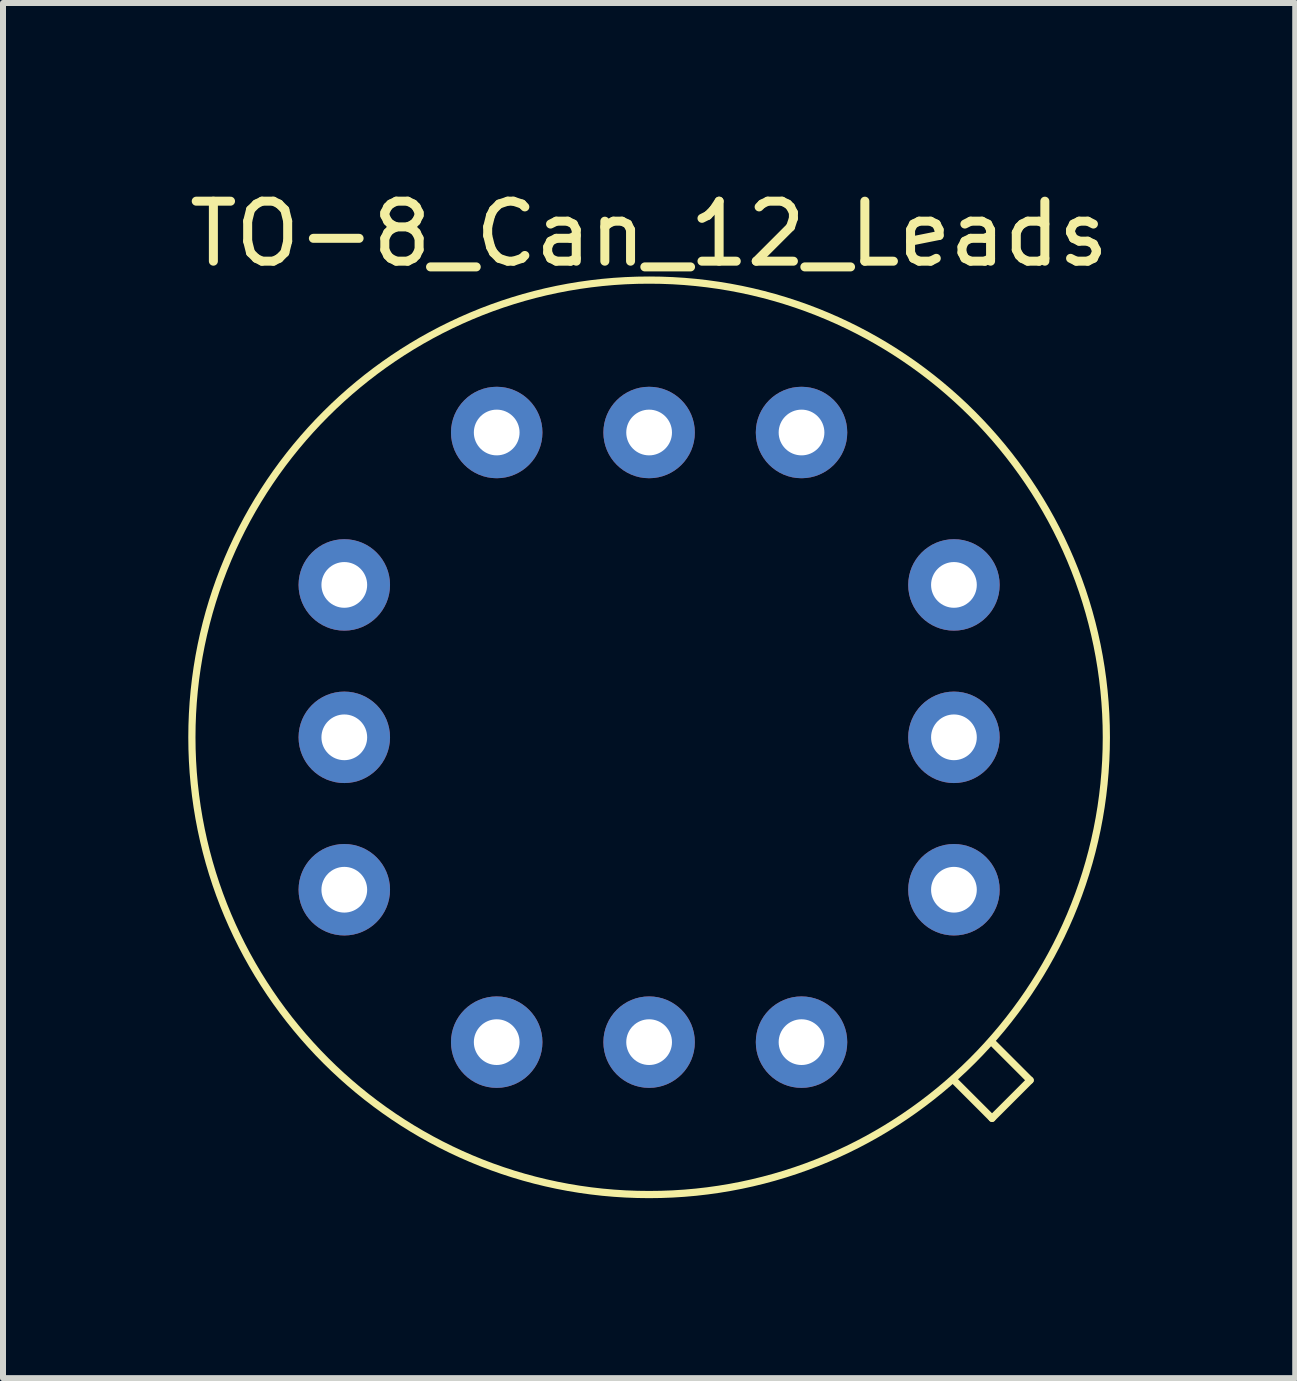
<source format=kicad_pcb>
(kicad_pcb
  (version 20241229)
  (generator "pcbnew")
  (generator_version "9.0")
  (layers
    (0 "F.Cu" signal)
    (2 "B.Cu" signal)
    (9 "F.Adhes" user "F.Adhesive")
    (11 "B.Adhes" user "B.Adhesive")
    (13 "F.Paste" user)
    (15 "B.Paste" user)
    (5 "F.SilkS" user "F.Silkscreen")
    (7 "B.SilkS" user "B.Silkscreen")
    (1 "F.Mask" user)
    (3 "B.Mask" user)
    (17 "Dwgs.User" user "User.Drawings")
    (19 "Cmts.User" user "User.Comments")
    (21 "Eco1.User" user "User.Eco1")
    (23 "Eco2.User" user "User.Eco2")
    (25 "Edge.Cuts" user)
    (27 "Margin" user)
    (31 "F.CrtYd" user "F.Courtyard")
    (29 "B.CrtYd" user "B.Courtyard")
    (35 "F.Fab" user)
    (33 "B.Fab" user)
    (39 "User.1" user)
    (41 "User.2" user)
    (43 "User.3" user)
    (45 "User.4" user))
  (footprint "TO-8_Can_12_Leads"
    (layer "F.Cu")
    (at 7.768 1.618)
    (property "Reference" "TO-8_Can_12_Leads" (at 0 -0.77 0) (layer "F.SilkS") (effects (font (size 1 1) (thickness 0.15))))
    (attr through_hole)
    (fp_line (start 5.08 13.335) (end 5.715 13.97) (stroke (width 0.12) (type solid)) (layer "F.SilkS"))
    (fp_line (start 5.715 13.97) (end 6.35 13.335) (stroke (width 0.12) (type solid)) (layer "F.SilkS"))
    (fp_line (start 6.35 13.335) (end 5.715 12.7) (stroke (width 0.12) (type solid)) (layer "F.SilkS"))
    (fp_circle (center 0 7.62) (end 0 0) (stroke (width 0.12) (type solid)) (fill no) (layer "F.SilkS"))
    (pad "1" thru_hole circle (at 2.54 12.7) (size 1.524 1.524) (drill 0.762) (layers "*.Cu" "*.Mask"))
    (pad "2" thru_hole circle (at 0 12.7) (size 1.524 1.524) (drill 0.762) (layers "*.Cu" "*.Mask"))
    (pad "3" thru_hole circle (at -2.54 12.7) (size 1.524 1.524) (drill 0.762) (layers "*.Cu" "*.Mask"))
    (pad "4" thru_hole circle (at -5.08 10.16) (size 1.524 1.524) (drill 0.762) (layers "*.Cu" "*.Mask"))
    (pad "5" thru_hole circle (at -5.08 7.62) (size 1.524 1.524) (drill 0.762) (layers "*.Cu" "*.Mask"))
    (pad "6" thru_hole circle (at -5.08 5.08) (size 1.524 1.524) (drill 0.762) (layers "*.Cu" "*.Mask"))
    (pad "7" thru_hole circle (at -2.54 2.54) (size 1.524 1.524) (drill 0.762) (layers "*.Cu" "*.Mask"))
    (pad "8" thru_hole circle (at 0 2.54) (size 1.524 1.524) (drill 0.762) (layers "*.Cu" "*.Mask"))
    (pad "9" thru_hole circle (at 2.54 2.54) (size 1.524 1.524) (drill 0.762) (layers "*.Cu" "*.Mask"))
    (pad "10" thru_hole circle (at 5.08 5.08) (size 1.524 1.524) (drill 0.762) (layers "*.Cu" "*.Mask"))
    (pad "11" thru_hole circle (at 5.08 7.62) (size 1.524 1.524) (drill 0.762) (layers "*.Cu" "*.Mask"))
    (pad "12" thru_hole circle (at 5.08 10.16) (size 1.524 1.524) (drill 0.762) (layers "*.Cu" "*.Mask")))
  (gr_rect
    (start -3 -3)
    (end 18.536 19.918)
    (stroke (width 0.1) (type default))
    (fill no)
    (layer "Edge.Cuts")))
</source>
